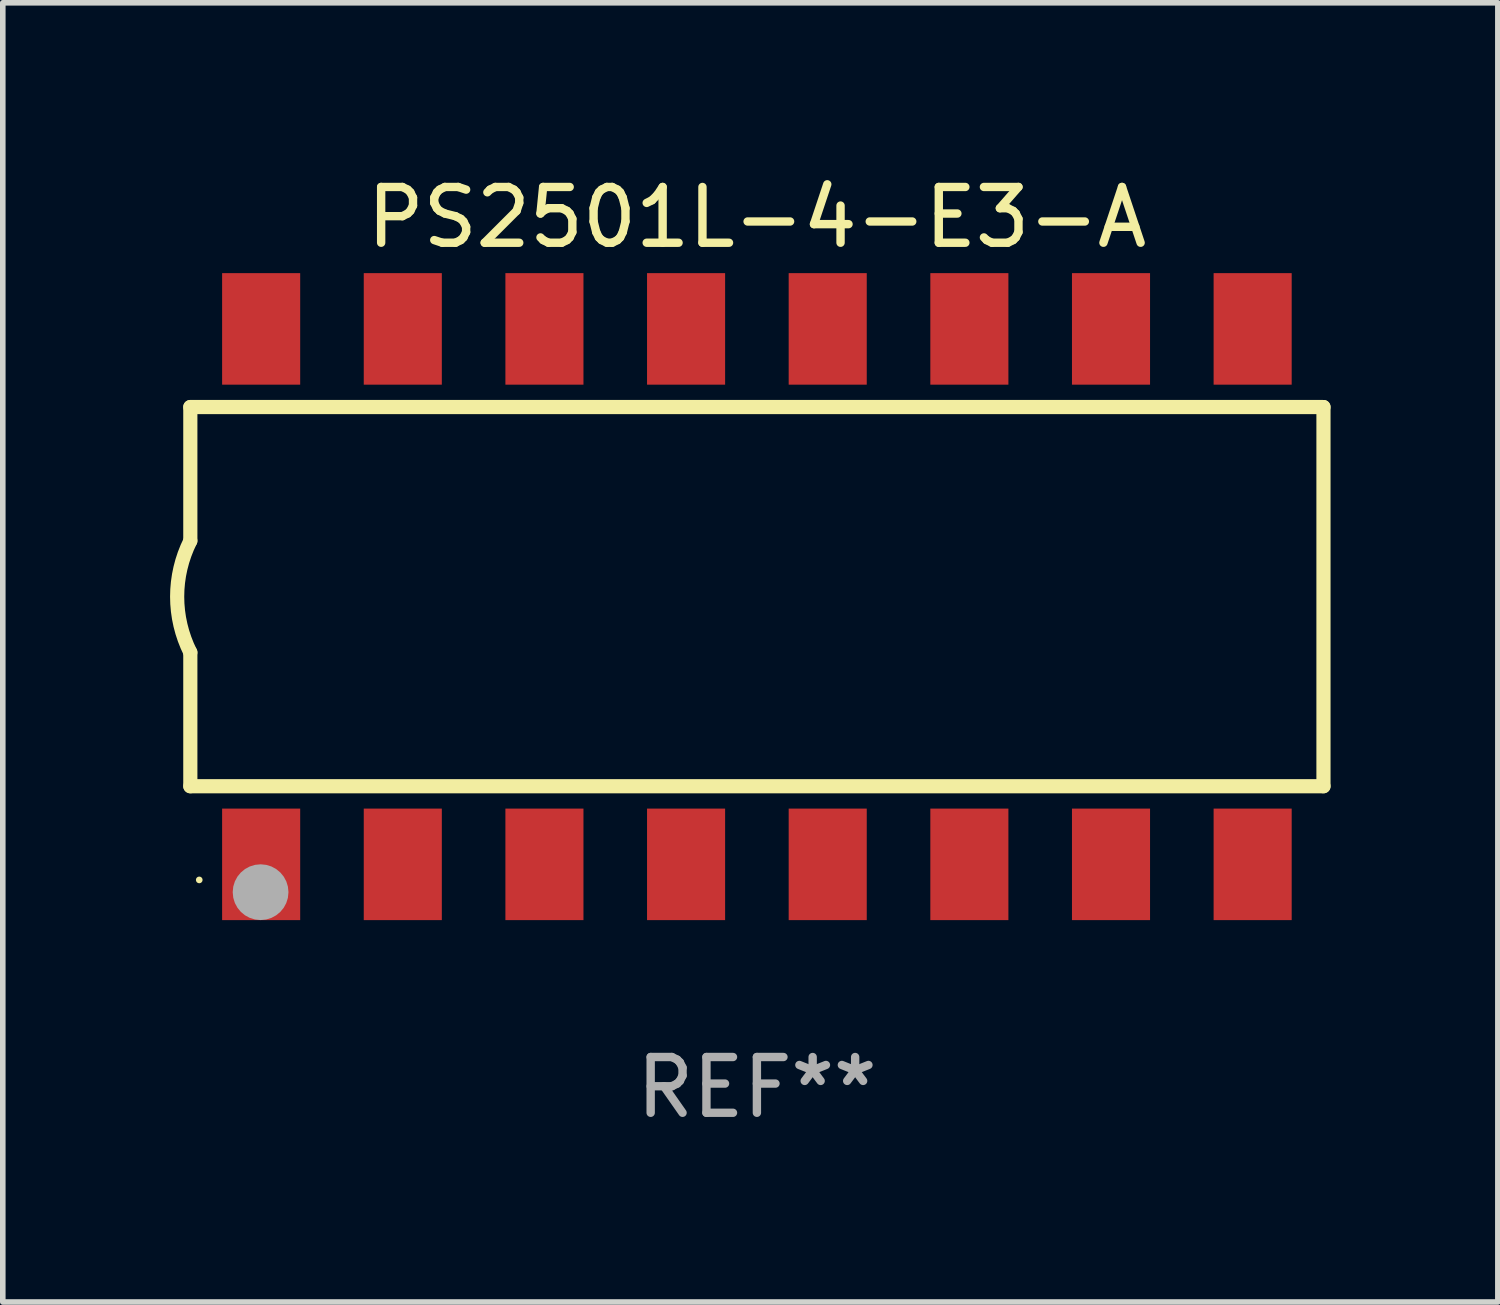
<source format=kicad_pcb>
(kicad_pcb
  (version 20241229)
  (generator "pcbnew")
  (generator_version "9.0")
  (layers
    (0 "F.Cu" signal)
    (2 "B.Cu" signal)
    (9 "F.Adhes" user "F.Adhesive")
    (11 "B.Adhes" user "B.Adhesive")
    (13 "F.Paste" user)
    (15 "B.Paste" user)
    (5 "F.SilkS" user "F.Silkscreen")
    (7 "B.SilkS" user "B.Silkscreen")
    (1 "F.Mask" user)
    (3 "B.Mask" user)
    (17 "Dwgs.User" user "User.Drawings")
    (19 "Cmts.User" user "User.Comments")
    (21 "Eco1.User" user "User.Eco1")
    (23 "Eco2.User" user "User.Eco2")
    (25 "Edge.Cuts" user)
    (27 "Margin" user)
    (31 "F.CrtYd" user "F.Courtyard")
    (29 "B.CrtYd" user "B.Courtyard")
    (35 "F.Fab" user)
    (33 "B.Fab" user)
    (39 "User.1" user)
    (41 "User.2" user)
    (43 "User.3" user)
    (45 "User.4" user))
  (footprint "PS2501L-4-E3-A"
    (layer "F.Cu")
    (at 10.523 7.649)
    (property "Reference" "PS2501L-4-E3-A" (at 0 -6.801 0) (layer "F.SilkS") (effects (font (size 1 1) (thickness 0.15))))
    (attr through_hole)
    (fp_line (start -10.16 -3.4) (end -10.16 -1) (stroke (width 0.254) (type solid)) (layer "F.SilkS"))
    (fp_line (start -10.16 3.4) (end -10.16 1) (stroke (width 0.254) (type solid)) (layer "F.SilkS"))
    (fp_line (start 10.16 -3.4) (end -10.16 -3.4) (stroke (width 0.254) (type solid)) (layer "F.SilkS"))
    (fp_line (start 10.16 -3.4) (end 10.16 3.4) (stroke (width 0.254) (type solid)) (layer "F.SilkS"))
    (fp_line (start 10.16 3.4) (end -10.16 3.4) (stroke (width 0.254) (type solid)) (layer "F.SilkS"))
    (fp_arc (start -10.16002 1.000762) (mid -10.396178 0.000381) (end -10.16002 -1) (stroke (width 0.254001) (type solid)) (layer "F.SilkS"))
    (fp_circle (center -10 5.08) (end -9.97 5.08) (stroke (width 0.06) (type solid)) (fill no) (layer "F.SilkS"))
    (fp_circle (center -8.9 5.3) (end -8.65 5.3) (stroke (width 0.5) (type solid)) (fill no) (layer "F.Fab"))
    (fp_text user "REF**" (at 0 8.801 0) (layer "F.Fab") (effects (font (size 1 1) (thickness 0.15))))
    (pad "1" smd rect (at -8.89 4.801 180) (size 1.4 2) (layers "F.Cu" "F.Mask" "F.Paste"))
    (pad "2" smd rect (at -6.35 4.801 180) (size 1.4 2) (layers "F.Cu" "F.Mask" "F.Paste"))
    (pad "3" smd rect (at -3.81 4.801 180) (size 1.4 2) (layers "F.Cu" "F.Mask" "F.Paste"))
    (pad "4" smd rect (at -1.27 4.801 180) (size 1.4 2) (layers "F.Cu" "F.Mask" "F.Paste"))
    (pad "5" smd rect (at 1.27 4.801 180) (size 1.4 2) (layers "F.Cu" "F.Mask" "F.Paste"))
    (pad "6" smd rect (at 3.81 4.801 180) (size 1.4 2) (layers "F.Cu" "F.Mask" "F.Paste"))
    (pad "7" smd rect (at 6.35 4.801 180) (size 1.4 2) (layers "F.Cu" "F.Mask" "F.Paste"))
    (pad "8" smd rect (at 8.89 4.801 180) (size 1.4 2) (layers "F.Cu" "F.Mask" "F.Paste"))
    (pad "9" smd rect (at 8.89 -4.801 180) (size 1.4 2) (layers "F.Cu" "F.Mask" "F.Paste"))
    (pad "10" smd rect (at 6.35 -4.801 180) (size 1.4 2) (layers "F.Cu" "F.Mask" "F.Paste"))
    (pad "11" smd rect (at 3.81 -4.801 180) (size 1.4 2) (layers "F.Cu" "F.Mask" "F.Paste"))
    (pad "12" smd rect (at 1.27 -4.801 180) (size 1.4 2) (layers "F.Cu" "F.Mask" "F.Paste"))
    (pad "13" smd rect (at -1.27 -4.801 180) (size 1.4 2) (layers "F.Cu" "F.Mask" "F.Paste"))
    (pad "14" smd rect (at -3.81 -4.801 180) (size 1.4 2) (layers "F.Cu" "F.Mask" "F.Paste"))
    (pad "15" smd rect (at -6.35 -4.801 180) (size 1.4 2) (layers "F.Cu" "F.Mask" "F.Paste"))
    (pad "16" smd rect (at -8.89 -4.801 180) (size 1.4 2) (layers "F.Cu" "F.Mask" "F.Paste")))
  (gr_rect
    (start -3 -3)
    (end 23.81 20.298)
    (stroke (width 0.1) (type default))
    (fill no)
    (layer "Edge.Cuts")))
</source>
